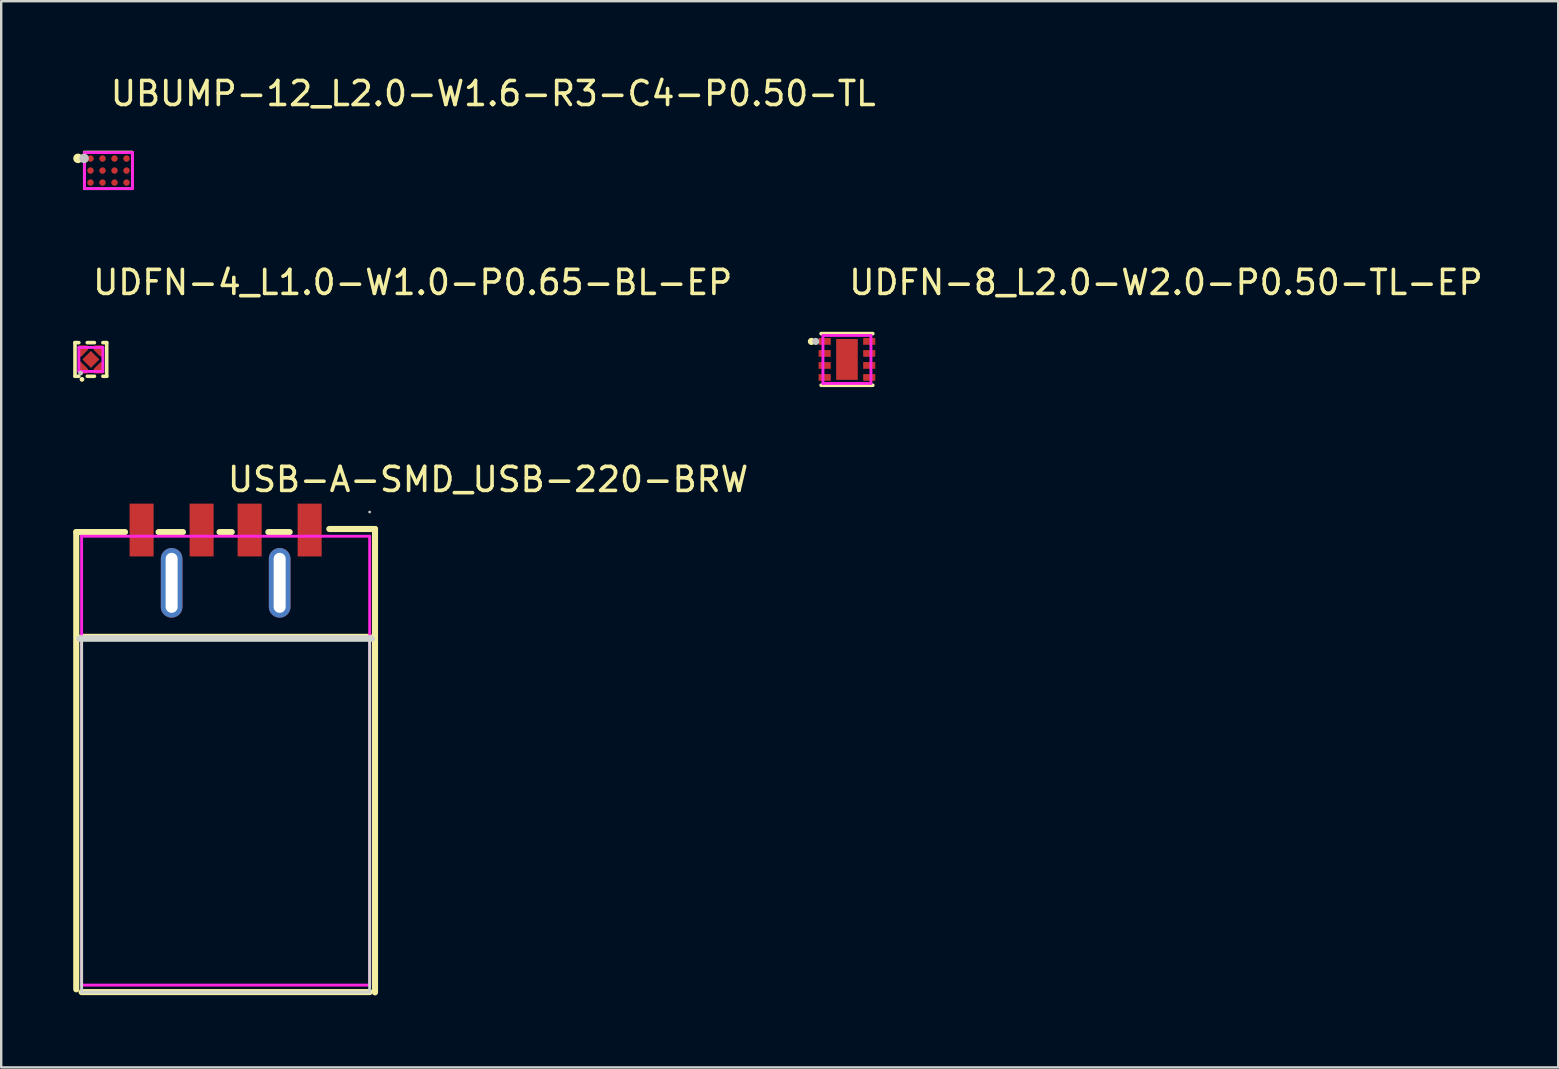
<source format=kicad_pcb>
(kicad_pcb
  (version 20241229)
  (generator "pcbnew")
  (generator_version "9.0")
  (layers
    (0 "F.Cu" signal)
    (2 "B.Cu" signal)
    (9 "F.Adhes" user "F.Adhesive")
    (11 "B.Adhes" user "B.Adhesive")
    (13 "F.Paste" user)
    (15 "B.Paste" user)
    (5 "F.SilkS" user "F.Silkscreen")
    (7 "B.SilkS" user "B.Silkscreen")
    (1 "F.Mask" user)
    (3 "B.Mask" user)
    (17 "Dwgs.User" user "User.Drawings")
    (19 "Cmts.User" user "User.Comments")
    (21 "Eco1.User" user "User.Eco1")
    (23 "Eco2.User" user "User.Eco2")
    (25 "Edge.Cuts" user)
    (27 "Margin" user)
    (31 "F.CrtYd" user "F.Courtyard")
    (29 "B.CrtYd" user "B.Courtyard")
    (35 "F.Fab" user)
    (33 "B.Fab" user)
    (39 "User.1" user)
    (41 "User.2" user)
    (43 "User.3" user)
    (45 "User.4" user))
  (footprint "USB-A-SMD_USB-220-BRW"
    (layer "F.Cu")
    (at 6.35 20.131)
    (property "Reference" "USB-A-SMD_USB-220-BRW" (at 0 -3.207 0) (layer "F.SilkS") (effects (font (size 1 1) (thickness 0.15)) (justify left)))
    (attr through_hole)
    (fp_line (start -6.223 -1.016) (end -6.223 18.034) (stroke (width 0.254) (type solid)) (layer "F.SilkS"))
    (fp_line (start -6 18.15) (end 6 18.15) (stroke (width 0.254) (type solid)) (layer "F.SilkS"))
    (fp_line (start -4.191 -1.016) (end -6.223 -1.016) (stroke (width 0.254) (type solid)) (layer "F.SilkS"))
    (fp_line (start -2.794 -1.016) (end -1.778 -1.016) (stroke (width 0.254) (type solid)) (layer "F.SilkS"))
    (fp_line (start -0.254 -1.016) (end 0.254 -1.016) (stroke (width 0.254) (type solid)) (layer "F.SilkS"))
    (fp_line (start 1.778 -1.016) (end 2.667 -1.016) (stroke (width 0.254) (type solid)) (layer "F.SilkS"))
    (fp_line (start 4.318 -1.143) (end 6.223 -1.143) (stroke (width 0.254) (type solid)) (layer "F.SilkS"))
    (fp_line (start 6 3.35) (end -6 3.35) (stroke (width 0.254) (type solid)) (layer "F.SilkS"))
    (fp_line (start 6.223 -1.143) (end 6.223 18.161) (stroke (width 0.254) (type solid)) (layer "F.SilkS"))
    (fp_poly (pts (xy -4 -2.2) (xy -3 -2.2) (xy -3 0) (xy -4 0)) (stroke (width 0.12) (type solid)) (fill yes) (layer "F.Paste"))
    (fp_poly (pts (xy -1.5 -2.2) (xy -0.5 -2.2) (xy -0.5 0) (xy -1.5 0)) (stroke (width 0.12) (type solid)) (fill yes) (layer "F.Paste"))
    (fp_poly (pts (xy 0.5 -2.2) (xy 1.5 -2.2) (xy 1.5 0) (xy 0.5 0)) (stroke (width 0.12) (type solid)) (fill yes) (layer "F.Paste"))
    (fp_poly (pts (xy 3 -2.2) (xy 4 -2.2) (xy 4 0) (xy 3 0)) (stroke (width 0.12) (type solid)) (fill yes) (layer "F.Paste"))
    (fp_poly (pts (xy -2.7 0.1) (xy -2.691 0.012) (xy -2.666 -0.072) (xy -2.624 -0.15) (xy -2.568 -0.218) (xy -2.5 -0.274) (xy -2.422 -0.316) (xy -2.338 -0.341) (xy -2.25 -0.35) (xy -2.162 -0.341) (xy -2.078 -0.316) (xy -2 -0.274) (xy -1.932 -0.218) (xy -1.876 -0.15) (xy -1.834 -0.072) (xy -1.809 0.012) (xy -1.8 0.1) (xy -1.8 2.1) (xy -1.809 2.188) (xy -1.834 2.272) (xy -1.876 2.35) (xy -1.932 2.418) (xy -2 2.474) (xy -2.078 2.516) (xy -2.162 2.541) (xy -2.25 2.55) (xy -2.338 2.541) (xy -2.422 2.516) (xy -2.5 2.474) (xy -2.568 2.418) (xy -2.624 2.35) (xy -2.666 2.272) (xy -2.691 2.188) (xy -2.7 2.1)) (stroke (width 0.12) (type solid)) (fill yes) (layer "F.Paste"))
    (fp_poly (pts (xy 1.8 0.1) (xy 1.808 0.012) (xy 1.834 -0.072) (xy 1.876 -0.15) (xy 1.932 -0.218) (xy 2 -0.274) (xy 2.078 -0.316) (xy 2.162 -0.341) (xy 2.25 -0.35) (xy 2.338 -0.341) (xy 2.422 -0.316) (xy 2.5 -0.274) (xy 2.568 -0.218) (xy 2.624 -0.15) (xy 2.666 -0.072) (xy 2.691 0.012) (xy 2.7 0.1) (xy 2.7 2.1) (xy 2.691 2.188) (xy 2.666 2.272) (xy 2.624 2.35) (xy 2.568 2.418) (xy 2.5 2.474) (xy 2.422 2.516) (xy 2.338 2.541) (xy 2.25 2.55) (xy 2.162 2.541) (xy 2.078 2.516) (xy 2 2.474) (xy 1.932 2.418) (xy 1.876 2.35) (xy 1.834 2.272) (xy 1.808 2.188) (xy 1.8 2.1)) (stroke (width 0.12) (type solid)) (fill yes) (layer "F.Paste"))
    (fp_circle (center 6 -1.85) (end 6.03 -1.85) (stroke (width 0.06) (type solid)) (fill no) (layer "Dwgs.User"))
    (fp_circle (center 6 -1.85) (end 6.03 -1.85) (stroke (width 0.06) (type solid)) (fill no) (layer "Eco2.User"))
    (fp_poly (pts (xy -3.9 -1.85) (xy -3.1 -1.85) (xy -3.1 -0.35) (xy -3.9 -0.35)) (stroke (width 0.12) (type solid)) (fill no) (layer "Eco2.User"))
    (fp_poly (pts (xy -2.4 0.1) (xy -2.1 0.1) (xy -2.1 2.1) (xy -2.4 2.1)) (stroke (width 0.12) (type solid)) (fill no) (layer "Eco2.User"))
    (fp_poly (pts (xy -1.4 -1.85) (xy -0.6 -1.85) (xy -0.6 -0.35) (xy -1.4 -0.35)) (stroke (width 0.12) (type solid)) (fill no) (layer "Eco2.User"))
    (fp_poly (pts (xy 0.6 -1.85) (xy 1.4 -1.85) (xy 1.4 -0.35) (xy 0.6 -0.35)) (stroke (width 0.12) (type solid)) (fill no) (layer "Eco2.User"))
    (fp_poly (pts (xy 2.1 0.1) (xy 2.4 0.1) (xy 2.4 2.1) (xy 2.1 2.1)) (stroke (width 0.12) (type solid)) (fill no) (layer "Eco2.User"))
    (fp_poly (pts (xy 3.1 -1.85) (xy 3.9 -1.85) (xy 3.9 -0.35) (xy 3.1 -0.35)) (stroke (width 0.12) (type solid)) (fill no) (layer "Eco2.User"))
    (fp_line (start -6.096 3.429) (end 6.096 3.429) (stroke (width 0.254) (type solid)) (layer "Edge.Cuts"))
    (fp_line (start -6 3.35) (end 5.995 3.35) (stroke (width 0.12) (type solid)) (layer "Edge.Cuts"))
    (fp_line (start -6 18.15) (end -6 3.35) (stroke (width 0.12) (type solid)) (layer "Edge.Cuts"))
    (fp_line (start 5.995 3.35) (end 6 3.345) (stroke (width 0.12) (type solid)) (layer "Edge.Cuts"))
    (fp_line (start 6 3.345) (end 6 18.15) (stroke (width 0.12) (type solid)) (layer "Edge.Cuts"))
    (fp_line (start 6 18.15) (end -6 18.15) (stroke (width 0.12) (type solid)) (layer "Edge.Cuts"))
    (fp_line (start -6 -0.841) (end 6 -0.841) (stroke (width 0.12) (type solid)) (layer "F.CrtYd"))
    (fp_line (start -6 17.859) (end -6 -0.841) (stroke (width 0.12) (type solid)) (layer "F.CrtYd"))
    (fp_line (start 6 -0.841) (end 6 17.859) (stroke (width 0.12) (type solid)) (layer "F.CrtYd"))
    (fp_line (start 6 17.859) (end -6 17.859) (stroke (width 0.12) (type solid)) (layer "F.CrtYd"))
    (pad "1" smd rect (at 3.5 -1.1) (size 1 2.2) (layers "F.Cu" "F.Mask" "F.Paste"))
    (pad "2" smd rect (at 1 -1.1) (size 1 2.2) (layers "F.Cu" "F.Mask" "F.Paste"))
    (pad "3" smd rect (at -1 -1.1) (size 1 2.2) (layers "F.Cu" "F.Mask" "F.Paste"))
    (pad "4" smd rect (at -3.5 -1.1) (size 1 2.2) (layers "F.Cu" "F.Mask" "F.Paste"))
    (pad "5" thru_hole oval (at -2.25 1.1) (size 0.9 2.9) (drill oval 0.5 2.5) (layers "*.Cu" "*.Mask"))
    (pad "5" thru_hole oval (at 2.25 1.1) (size 0.9 2.9) (drill oval 0.5 2.5) (layers "*.Cu" "*.Mask")))
  (footprint "UDFN-4_L1.0-W1.0-P0.65-BL-EP"
    (layer "F.Cu")
    (at 0.735 11.924)
    (property "Reference" "UDFN-4_L1.0-W1.0-P0.65-BL-EP" (at 0 -3.207 0) (layer "F.SilkS") (effects (font (size 1 1) (thickness 0.15)) (justify left)))
    (attr through_hole)
    (fp_line (start -0.66 -0.7) (end -0.66 0.7) (stroke (width 0.15) (type solid)) (layer "F.SilkS"))
    (fp_line (start -0.66 -0.7) (end -0.501 -0.7) (stroke (width 0.15) (type solid)) (layer "F.SilkS"))
    (fp_line (start -0.66 0.7) (end -0.501 0.7) (stroke (width 0.15) (type solid)) (layer "F.SilkS"))
    (fp_line (start -0.149 -0.7) (end 0.149 -0.7) (stroke (width 0.15) (type solid)) (layer "F.SilkS"))
    (fp_line (start -0.149 0.7) (end 0.149 0.7) (stroke (width 0.15) (type solid)) (layer "F.SilkS"))
    (fp_line (start 0.501 -0.7) (end 0.66 -0.7) (stroke (width 0.15) (type solid)) (layer "F.SilkS"))
    (fp_line (start 0.501 0.7) (end 0.66 0.7) (stroke (width 0.15) (type solid)) (layer "F.SilkS"))
    (fp_line (start 0.66 -0.7) (end 0.66 0.7) (stroke (width 0.15) (type solid)) (layer "F.SilkS"))
    (fp_circle (center -0.37 0.83) (end -0.32 0.83) (stroke (width 0.1) (type solid)) (fill no) (layer "F.SilkS"))
    (fp_circle (center -0.43 0.57) (end -0.38 0.57) (stroke (width 0.1) (type solid)) (fill no) (layer "Dwgs.User"))
    (fp_circle (center -0.5 0.5) (end -0.47 0.5) (stroke (width 0.06) (type solid)) (fill no) (layer "Eco2.User"))
    (fp_poly (pts (xy -0.34 0) (xy 0 -0.34) (xy 0.339 0) (xy 0 0.339)) (stroke (width 0.12) (type solid)) (fill no) (layer "Eco2.User"))
    (fp_poly (pts (xy -0.44 -0.25) (xy -0.44 -0.5) (xy -0.22 -0.5) (xy -0.22 -0.41) (xy -0.37 -0.25)) (stroke (width 0.12) (type solid)) (fill no) (layer "Eco2.User"))
    (fp_poly (pts (xy -0.2 0.5) (xy -0.45 0.5) (xy -0.45 0.28) (xy -0.36 0.28) (xy -0.2 0.43)) (stroke (width 0.12) (type solid)) (fill no) (layer "Eco2.User"))
    (fp_poly (pts (xy 0.2 -0.5) (xy 0.45 -0.5) (xy 0.45 -0.28) (xy 0.36 -0.28) (xy 0.2 -0.43)) (stroke (width 0.12) (type solid)) (fill no) (layer "Eco2.User"))
    (fp_poly (pts (xy 0.2 0.5) (xy 0.45 0.5) (xy 0.45 0.28) (xy 0.36 0.28) (xy 0.2 0.43)) (stroke (width 0.12) (type solid)) (fill no) (layer "Eco2.User"))
    (fp_line (start -0.5 -0.5) (end 0.5 -0.5) (stroke (width 0.12) (type solid)) (layer "F.CrtYd"))
    (fp_line (start -0.5 0.5) (end -0.5 -0.5) (stroke (width 0.12) (type solid)) (layer "F.CrtYd"))
    (fp_line (start 0.5 -0.5) (end 0.5 0.5) (stroke (width 0.12) (type solid)) (layer "F.CrtYd"))
    (fp_line (start 0.5 0.5) (end -0.5 0.5) (stroke (width 0.12) (type solid)) (layer "F.CrtYd"))
    (pad "1" smd custom (at -0.325 0.325 180) (size 0.102 0.102) (layers "F.Cu" "F.Mask" "F.Paste") (options (anchor circle)) (primitives (gr_poly (pts (xy -0.15 -0.2) (xy 0.15 -0.2) (xy 0.15 0.2) (xy -0.15 -0.1)) (width 0.12) (fill yes))))
    (pad "2" smd custom (at 0.325 0.325 270) (size 0.102 0.102) (layers "F.Cu" "F.Mask" "F.Paste") (options (anchor circle)) (primitives (gr_poly (pts (xy -0.15 -0.15) (xy 0.2 -0.15) (xy 0.2 0.15) (xy 0.1 0.15) (xy -0.15 -0.1)) (width 0.12) (fill yes))))
    (pad "3" smd custom (at 0.325 -0.325) (size 0.102 0.102) (layers "F.Cu" "F.Mask" "F.Paste") (options (anchor circle)) (primitives (gr_poly (pts (xy -0.15 -0.2) (xy 0.15 -0.2) (xy 0.15 0.15) (xy 0.1 0.15) (xy -0.15 -0.1)) (width 0.12) (fill yes))))
    (pad "4" smd custom (at -0.325 -0.325 90) (size 0.102 0.102) (layers "F.Cu" "F.Mask" "F.Paste") (options (anchor circle)) (primitives (gr_poly (pts (xy -0.15 -0.15) (xy 0.2 -0.15) (xy 0.2 0.15) (xy 0.15 0.15) (xy 0.1 0.15) (xy -0.15 -0.1)) (width 0.12) (fill yes))))
    (pad "5" smd rect (at 0 0 45) (size 0.5 0.5) (layers "F.Cu" "F.Mask" "F.Paste")))
  (footprint "UBUMP-12_L2.0-W1.6-R3-C4-P0.50-TL"
    (layer "F.Cu")
    (at 1.471 4.055)
    (property "Reference" "UBUMP-12_L2.0-W1.6-R3-C4-P0.50-TL" (at 0 -3.207 0) (layer "F.SilkS") (effects (font (size 1 1) (thickness 0.15)) (justify left)))
    (attr through_hole)
    (fp_line (start -1.014 -0.777) (end 0.986 -0.777) (stroke (width 0.102) (type solid)) (layer "F.SilkS"))
    (fp_line (start -1.014 0.742) (end -1.014 -0.758) (stroke (width 0.102) (type solid)) (layer "F.SilkS"))
    (fp_line (start -1.014 0.762) (end 0.986 0.762) (stroke (width 0.102) (type solid)) (layer "F.SilkS"))
    (fp_line (start 0.986 0.742) (end 0.986 -0.758) (stroke (width 0.102) (type solid)) (layer "F.SilkS"))
    (fp_circle (center -1.271 -0.508) (end -1.171 -0.508) (stroke (width 0.2) (type solid)) (fill no) (layer "F.SilkS"))
    (fp_circle (center -1.016 -0.508) (end -0.916 -0.508) (stroke (width 0.2) (type solid)) (fill no) (layer "Dwgs.User"))
    (fp_circle (center -1 -0.75) (end -0.97 -0.75) (stroke (width 0.06) (type solid)) (fill no) (layer "Eco2.User"))
    (fp_circle (center -0.75 -0.5) (end -0.672 -0.5) (stroke (width 0.155) (type solid)) (fill no) (layer "Eco2.User"))
    (fp_circle (center -0.75 0) (end -0.672 0) (stroke (width 0.155) (type solid)) (fill no) (layer "Eco2.User"))
    (fp_circle (center -0.75 0.5) (end -0.672 0.5) (stroke (width 0.155) (type solid)) (fill no) (layer "Eco2.User"))
    (fp_circle (center -0.25 -0.5) (end -0.172 -0.5) (stroke (width 0.155) (type solid)) (fill no) (layer "Eco2.User"))
    (fp_circle (center -0.25 0) (end -0.172 0) (stroke (width 0.155) (type solid)) (fill no) (layer "Eco2.User"))
    (fp_circle (center -0.25 0.5) (end -0.172 0.5) (stroke (width 0.155) (type solid)) (fill no) (layer "Eco2.User"))
    (fp_circle (center 0.25 -0.5) (end 0.328 -0.5) (stroke (width 0.155) (type solid)) (fill no) (layer "Eco2.User"))
    (fp_circle (center 0.25 0) (end 0.328 0) (stroke (width 0.155) (type solid)) (fill no) (layer "Eco2.User"))
    (fp_circle (center 0.25 0.5) (end 0.328 0.5) (stroke (width 0.155) (type solid)) (fill no) (layer "Eco2.User"))
    (fp_circle (center 0.749 -0.5) (end 0.827 -0.5) (stroke (width 0.155) (type solid)) (fill no) (layer "Eco2.User"))
    (fp_circle (center 0.75 0) (end 0.828 0) (stroke (width 0.155) (type solid)) (fill no) (layer "Eco2.User"))
    (fp_circle (center 0.75 0.5) (end 0.828 0.5) (stroke (width 0.155) (type solid)) (fill no) (layer "Eco2.User"))
    (fp_line (start -1 -0.75) (end 1 -0.75) (stroke (width 0.12) (type solid)) (layer "F.CrtYd"))
    (fp_line (start -1 0.75) (end -1 -0.75) (stroke (width 0.12) (type solid)) (layer "F.CrtYd"))
    (fp_line (start 1 -0.75) (end 1 0.75) (stroke (width 0.12) (type solid)) (layer "F.CrtYd"))
    (fp_line (start 1 0.75) (end -1 0.75) (stroke (width 0.12) (type solid)) (layer "F.CrtYd"))
    (pad "A1" smd circle (at -0.75 -0.5) (size 0.27 0.27) (layers "F.Cu" "F.Mask" "F.Paste"))
    (pad "A2" smd circle (at -0.25 -0.5) (size 0.27 0.27) (layers "F.Cu" "F.Mask" "F.Paste"))
    (pad "A3" smd circle (at 0.25 -0.5) (size 0.27 0.27) (layers "F.Cu" "F.Mask" "F.Paste"))
    (pad "A4" smd circle (at 0.749 -0.5) (size 0.27 0.27) (layers "F.Cu" "F.Mask" "F.Paste"))
    (pad "B1" smd circle (at -0.75 0) (size 0.27 0.27) (layers "F.Cu" "F.Mask" "F.Paste"))
    (pad "B2" smd circle (at -0.25 0) (size 0.27 0.27) (layers "F.Cu" "F.Mask" "F.Paste"))
    (pad "B3" smd circle (at 0.25 0) (size 0.27 0.27) (layers "F.Cu" "F.Mask" "F.Paste"))
    (pad "B4" smd circle (at 0.75 0) (size 0.27 0.27) (layers "F.Cu" "F.Mask" "F.Paste"))
    (pad "C1" smd circle (at -0.75 0.5) (size 0.27 0.27) (layers "F.Cu" "F.Mask" "F.Paste"))
    (pad "C2" smd circle (at -0.25 0.5) (size 0.27 0.27) (layers "F.Cu" "F.Mask" "F.Paste"))
    (pad "C3" smd circle (at 0.25 0.5) (size 0.27 0.27) (layers "F.Cu" "F.Mask" "F.Paste"))
    (pad "C4" smd circle (at 0.75 0.5) (size 0.27 0.27) (layers "F.Cu" "F.Mask" "F.Paste")))
  (footprint "UDFN-8_L2.0-W2.0-P0.50-TL-EP"
    (layer "F.Cu")
    (at 32.234 11.924)
    (property "Reference" "UDFN-8_L2.0-W2.0-P0.50-TL-EP" (at 0 -3.207 0) (layer "F.SilkS") (effects (font (size 1 1) (thickness 0.15)) (justify left)))
    (attr through_hole)
    (fp_line (start -1.076 -1.076) (end 1.076 -1.076) (stroke (width 0.152) (type solid)) (layer "F.SilkS"))
    (fp_line (start -1.076 1.076) (end 1.076 1.076) (stroke (width 0.152) (type solid)) (layer "F.SilkS"))
    (fp_circle (center -1.48 -0.75) (end -1.405 -0.75) (stroke (width 0.15) (type solid)) (fill no) (layer "F.SilkS"))
    (fp_circle (center -1.3 -0.75) (end -1.225 -0.75) (stroke (width 0.15) (type solid)) (fill no) (layer "Dwgs.User"))
    (fp_circle (center -1 -1) (end -0.97 -1) (stroke (width 0.06) (type solid)) (fill no) (layer "Eco2.User"))
    (fp_poly (pts (xy -1 -0.875) (xy -0.7 -0.875) (xy -0.7 -0.625) (xy -1 -0.625)) (stroke (width 0.12) (type solid)) (fill no) (layer "Eco2.User"))
    (fp_poly (pts (xy -1 -0.375) (xy -0.7 -0.375) (xy -0.7 -0.125) (xy -1 -0.125)) (stroke (width 0.12) (type solid)) (fill no) (layer "Eco2.User"))
    (fp_poly (pts (xy -1 0.125) (xy -0.7 0.125) (xy -0.7 0.375) (xy -1 0.375)) (stroke (width 0.12) (type solid)) (fill no) (layer "Eco2.User"))
    (fp_poly (pts (xy -1 0.625) (xy -0.7 0.625) (xy -0.7 0.875) (xy -1 0.875)) (stroke (width 0.12) (type solid)) (fill no) (layer "Eco2.User"))
    (fp_poly (pts (xy 1 -0.875) (xy 0.7 -0.875) (xy 0.7 -0.625) (xy 1 -0.625)) (stroke (width 0.12) (type solid)) (fill no) (layer "Eco2.User"))
    (fp_poly (pts (xy 1 -0.375) (xy 0.7 -0.375) (xy 0.7 -0.125) (xy 1 -0.125)) (stroke (width 0.12) (type solid)) (fill no) (layer "Eco2.User"))
    (fp_poly (pts (xy 1 0.125) (xy 0.7 0.125) (xy 0.7 0.375) (xy 1 0.375)) (stroke (width 0.12) (type solid)) (fill no) (layer "Eco2.User"))
    (fp_poly (pts (xy 1 0.625) (xy 0.7 0.625) (xy 0.7 0.875) (xy 1 0.875)) (stroke (width 0.12) (type solid)) (fill no) (layer "Eco2.User"))
    (fp_poly (pts (xy -0.36 -0.85) (xy 0.45 -0.85) (xy 0.45 0.85) (xy -0.45 0.85) (xy -0.45 -0.76)) (stroke (width 0.12) (type solid)) (fill no) (layer "Eco2.User"))
    (fp_line (start -1 -1) (end 1 -1) (stroke (width 0.12) (type solid)) (layer "F.CrtYd"))
    (fp_line (start -1 1) (end -1 -1) (stroke (width 0.12) (type solid)) (layer "F.CrtYd"))
    (fp_line (start 1 -1) (end 1 1) (stroke (width 0.12) (type solid)) (layer "F.CrtYd"))
    (fp_line (start 1 1) (end -1 1) (stroke (width 0.12) (type solid)) (layer "F.CrtYd"))
    (pad "1" smd rect (at -0.928 -0.75) (size 0.505 0.28) (layers "F.Cu" "F.Mask" "F.Paste"))
    (pad "2" smd rect (at -0.928 -0.25) (size 0.505 0.28) (layers "F.Cu" "F.Mask" "F.Paste"))
    (pad "3" smd rect (at -0.928 0.25) (size 0.505 0.28) (layers "F.Cu" "F.Mask" "F.Paste"))
    (pad "4" smd rect (at -0.928 0.75) (size 0.505 0.28) (layers "F.Cu" "F.Mask" "F.Paste"))
    (pad "5" smd rect (at 0.928 0.75) (size 0.505 0.28) (layers "F.Cu" "F.Mask" "F.Paste"))
    (pad "6" smd rect (at 0.928 0.25) (size 0.505 0.28) (layers "F.Cu" "F.Mask" "F.Paste"))
    (pad "7" smd rect (at 0.928 -0.25) (size 0.505 0.28) (layers "F.Cu" "F.Mask" "F.Paste"))
    (pad "8" smd rect (at 0.928 -0.75) (size 0.505 0.28) (layers "F.Cu" "F.Mask" "F.Paste"))
    (pad "9" smd rect (at 0 0) (size 0.9 1.7) (layers "F.Cu" "F.Mask" "F.Paste")))
  (gr_rect
    (start -3 -3)
    (end 61.865 41.419)
    (stroke (width 0.1) (type default))
    (fill no)
    (layer "Edge.Cuts")))
</source>
